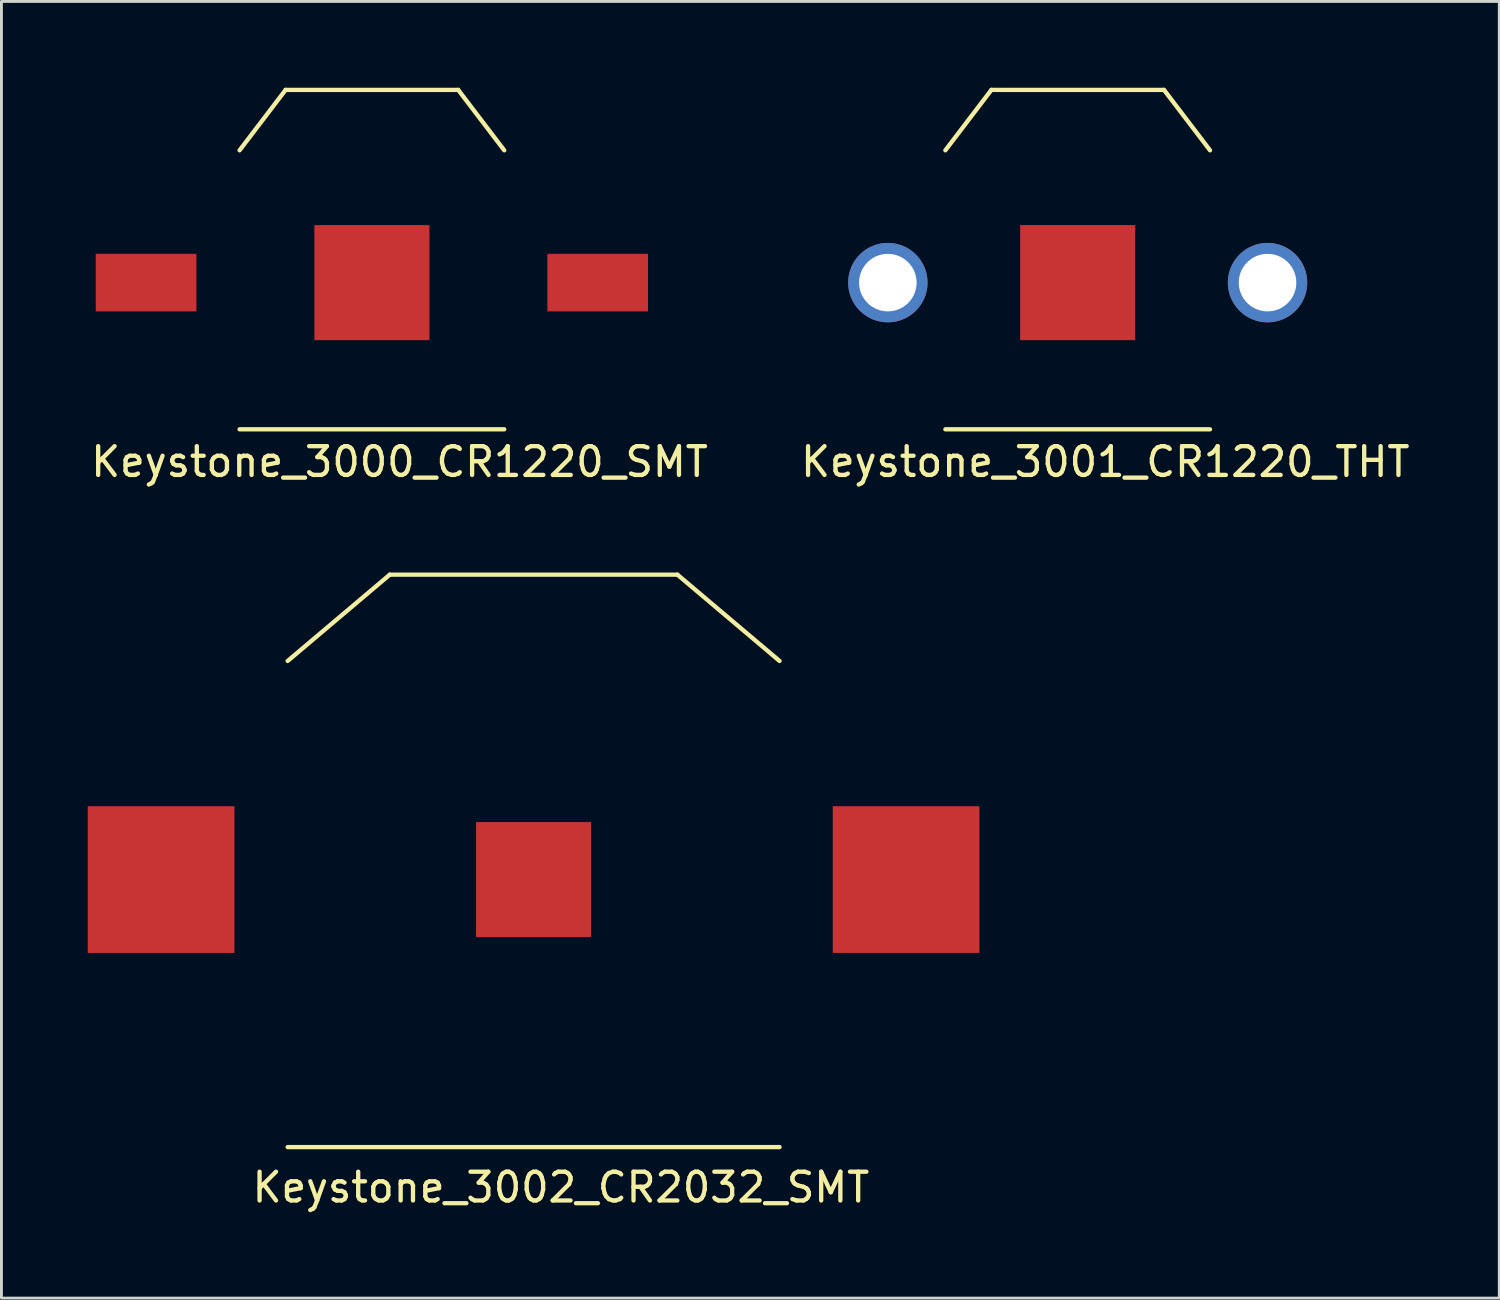
<source format=kicad_pcb>
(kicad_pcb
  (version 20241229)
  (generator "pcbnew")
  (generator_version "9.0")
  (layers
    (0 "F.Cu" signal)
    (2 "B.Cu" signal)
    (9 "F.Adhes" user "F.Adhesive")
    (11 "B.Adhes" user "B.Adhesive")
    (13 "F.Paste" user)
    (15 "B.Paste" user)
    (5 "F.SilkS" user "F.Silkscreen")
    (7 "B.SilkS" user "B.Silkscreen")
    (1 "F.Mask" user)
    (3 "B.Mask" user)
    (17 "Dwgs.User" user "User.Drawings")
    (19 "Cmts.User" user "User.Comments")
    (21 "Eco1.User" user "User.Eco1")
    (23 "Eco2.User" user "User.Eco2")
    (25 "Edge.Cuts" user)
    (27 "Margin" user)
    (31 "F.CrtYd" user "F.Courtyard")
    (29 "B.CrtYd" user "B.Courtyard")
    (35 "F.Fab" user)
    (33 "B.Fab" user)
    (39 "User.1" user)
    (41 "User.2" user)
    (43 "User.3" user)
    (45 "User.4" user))
  (footprint "Keystone_3000_CR1220_SMT"
    (layer "F.Cu")
    (at 3.279 6.775)
    (property "Reference" "Keystone_3000_CR1220_SMT" (at 7.56 6.23 0) (layer "F.SilkS") (effects (font (size 1 1) (thickness 0.15))))
    (attr through_hole)
    (fp_line (start 2 5.1) (end 11.2 5.1) (stroke (width 0.15) (type solid)) (layer "F.SilkS"))
    (fp_line (start 3.6 -6.7) (end 2 -4.6) (stroke (width 0.15) (type solid)) (layer "F.SilkS"))
    (fp_line (start 3.6 -6.7) (end 9.6 -6.7) (stroke (width 0.15) (type solid)) (layer "F.SilkS"))
    (fp_line (start 9.6 -6.7) (end 11.2 -4.6) (stroke (width 0.15) (type solid)) (layer "F.SilkS"))
    (pad "1" smd rect (at 0 0) (size 3.5 2) (drill (offset -1.25 0)) (layers "F.Cu" "F.Mask" "F.Paste"))
    (pad "1" smd rect (at 13.2 0) (size 3.5 2) (drill (offset 1.25 0)) (layers "F.Cu" "F.Mask" "F.Paste"))
    (pad "2" smd rect (at 6.6 0) (size 4 4) (layers "F.Cu" "F.Mask" "F.Paste")))
  (footprint "Keystone_3002_CR2032_SMT"
    (layer "F.Cu")
    (at 4.95 27.528)
    (property "Reference" "Keystone_3002_CR2032_SMT" (at 11.5 10.7 0) (layer "F.SilkS") (effects (font (size 1 1) (thickness 0.15))))
    (attr through_hole)
    (fp_line (start 2 9.3) (end 19.1 9.3) (stroke (width 0.15) (type solid)) (layer "F.SilkS"))
    (fp_line (start 5.55 -10.6) (end 2 -7.6) (stroke (width 0.15) (type solid)) (layer "F.SilkS"))
    (fp_line (start 5.55 -10.6) (end 15.55 -10.6) (stroke (width 0.15) (type solid)) (layer "F.SilkS"))
    (fp_line (start 15.55 -10.6) (end 19.1 -7.6) (stroke (width 0.15) (type solid)) (layer "F.SilkS"))
    (pad "1" smd rect (at -2.4 0) (size 5.1 5.1) (layers "F.Cu" "F.Mask" "F.Paste"))
    (pad "1" smd rect (at 23.5 0) (size 5.1 5.1) (layers "F.Cu" "F.Mask" "F.Paste"))
    (pad "2" smd rect (at 10.55 0) (size 4 4) (layers "F.Cu" "F.Mask" "F.Paste")))
  (footprint "Keystone_3001_CR1220_THT"
    (layer "F.Cu")
    (at 27.815 6.775)
    (property "Reference" "Keystone_3001_CR1220_THT" (at 7.56 6.23 0) (layer "F.SilkS") (effects (font (size 1 1) (thickness 0.15))))
    (attr through_hole)
    (fp_line (start 2 5.1) (end 11.2 5.1) (stroke (width 0.15) (type solid)) (layer "F.SilkS"))
    (fp_line (start 3.6 -6.7) (end 2 -4.6) (stroke (width 0.15) (type solid)) (layer "F.SilkS"))
    (fp_line (start 3.6 -6.7) (end 9.6 -6.7) (stroke (width 0.15) (type solid)) (layer "F.SilkS"))
    (fp_line (start 9.6 -6.7) (end 11.2 -4.6) (stroke (width 0.15) (type solid)) (layer "F.SilkS"))
    (pad "1" thru_hole circle (at 0 0) (size 2.762 2.762) (drill 2) (layers "*.Cu" "*.Mask"))
    (pad "1" thru_hole circle (at 13.2 0) (size 2.762 2.762) (drill 2) (layers "*.Cu" "*.Mask"))
    (pad "2" smd rect (at 6.6 0) (size 4 4) (layers "F.Cu" "F.Mask" "F.Paste")))
  (gr_rect
    (start -3 -3)
    (end 49.071 42.077)
    (stroke (width 0.1) (type default))
    (fill no)
    (layer "Edge.Cuts")))
</source>
